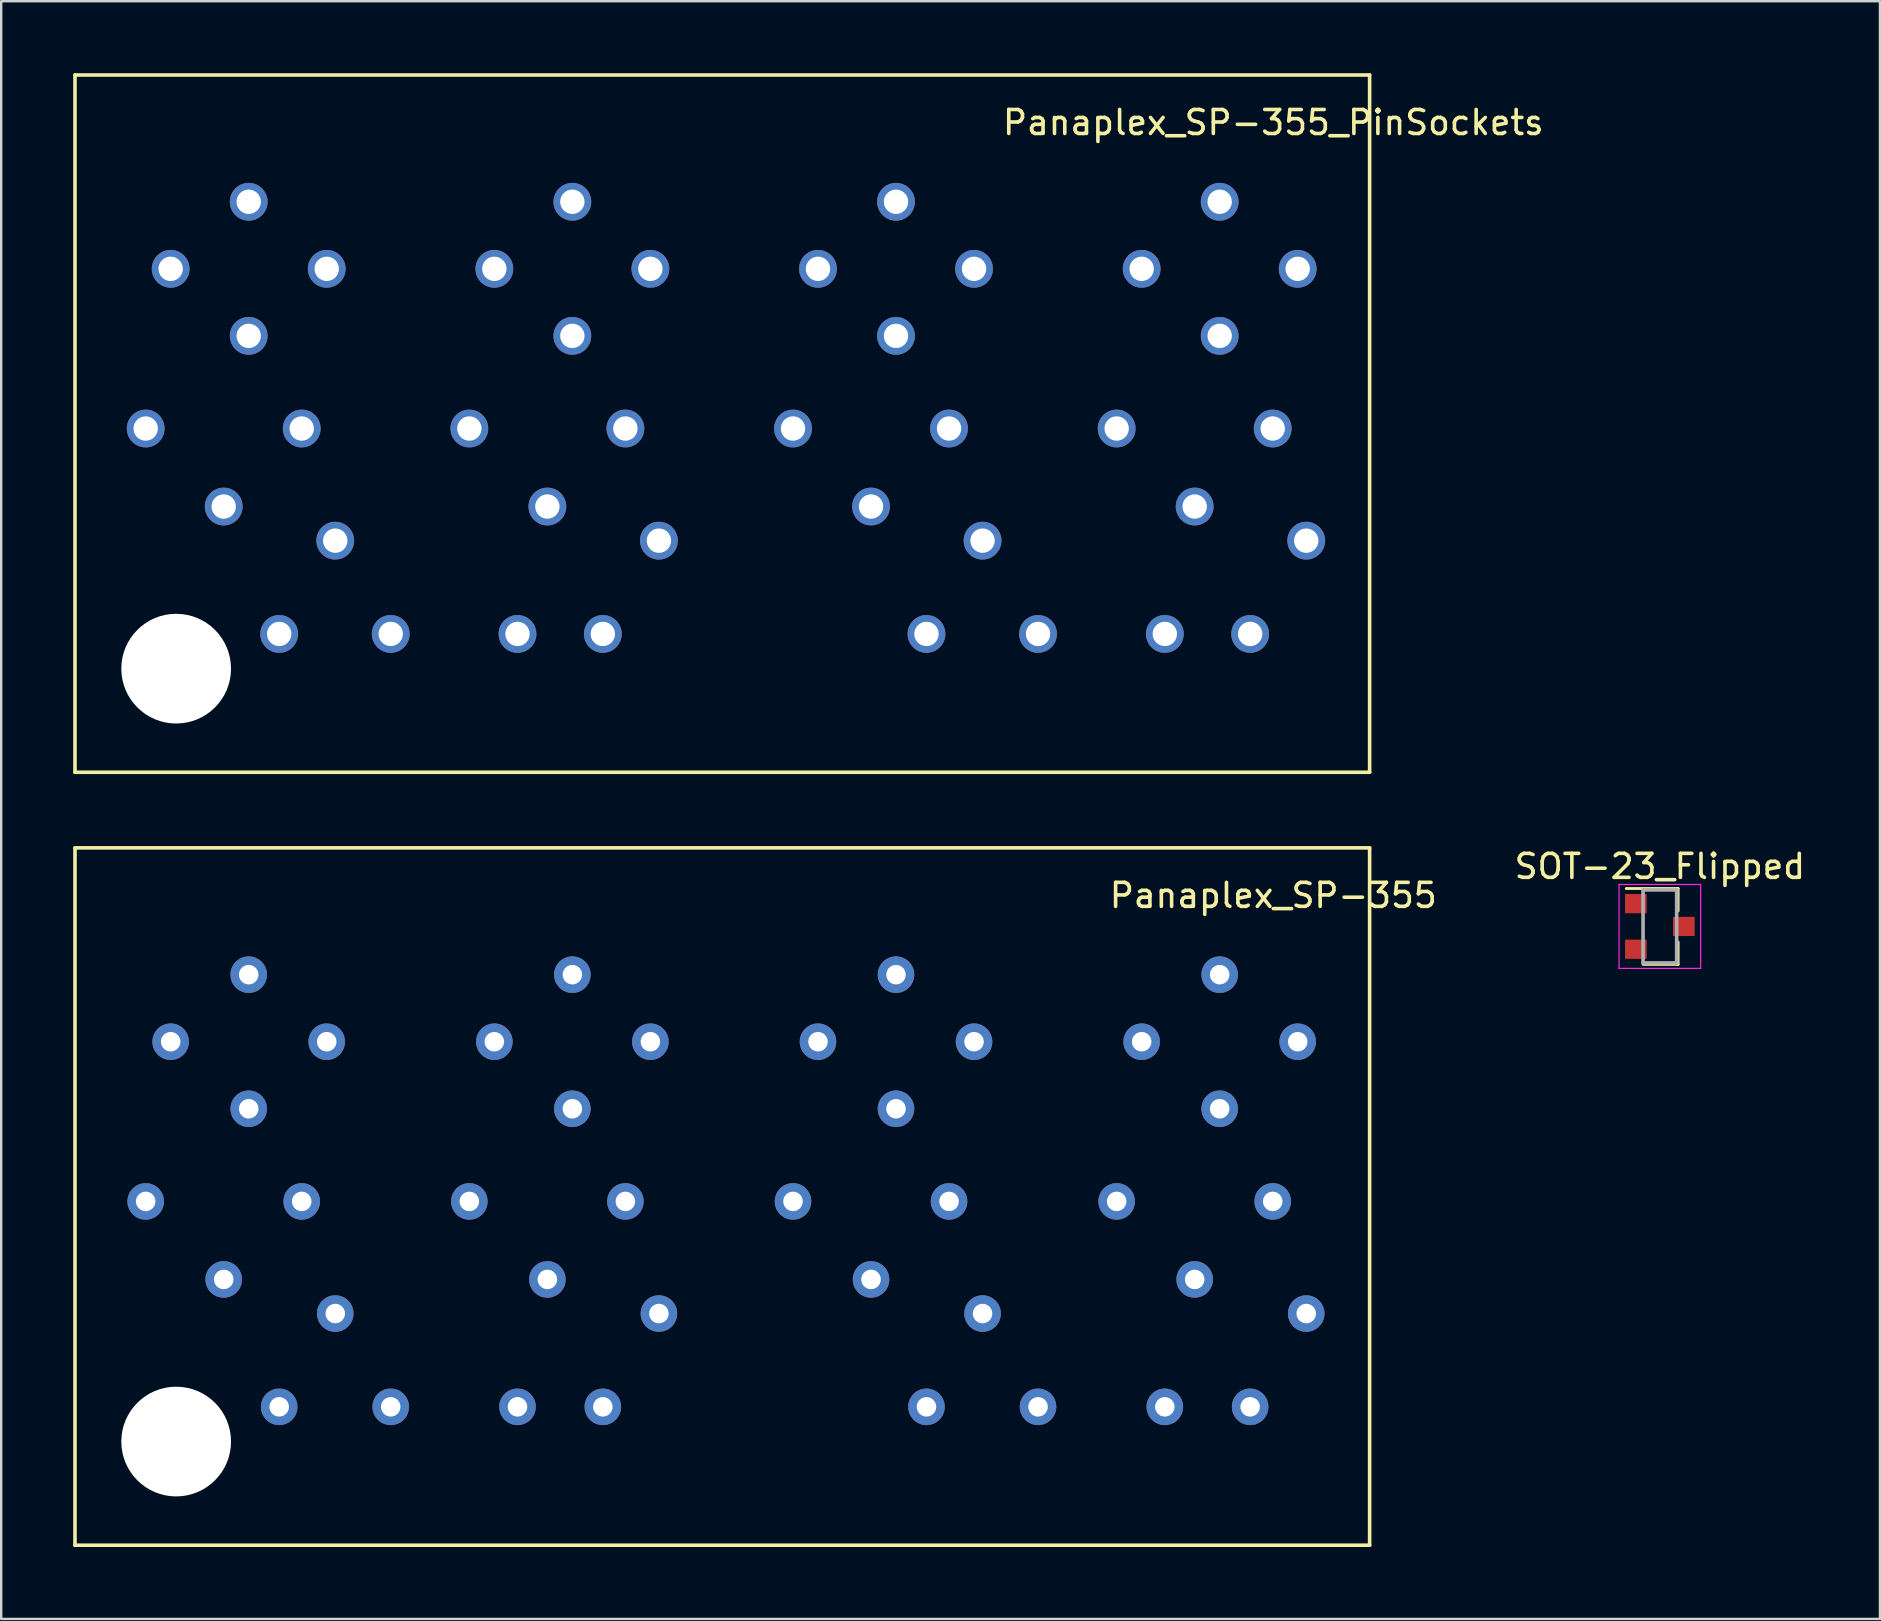
<source format=kicad_pcb>
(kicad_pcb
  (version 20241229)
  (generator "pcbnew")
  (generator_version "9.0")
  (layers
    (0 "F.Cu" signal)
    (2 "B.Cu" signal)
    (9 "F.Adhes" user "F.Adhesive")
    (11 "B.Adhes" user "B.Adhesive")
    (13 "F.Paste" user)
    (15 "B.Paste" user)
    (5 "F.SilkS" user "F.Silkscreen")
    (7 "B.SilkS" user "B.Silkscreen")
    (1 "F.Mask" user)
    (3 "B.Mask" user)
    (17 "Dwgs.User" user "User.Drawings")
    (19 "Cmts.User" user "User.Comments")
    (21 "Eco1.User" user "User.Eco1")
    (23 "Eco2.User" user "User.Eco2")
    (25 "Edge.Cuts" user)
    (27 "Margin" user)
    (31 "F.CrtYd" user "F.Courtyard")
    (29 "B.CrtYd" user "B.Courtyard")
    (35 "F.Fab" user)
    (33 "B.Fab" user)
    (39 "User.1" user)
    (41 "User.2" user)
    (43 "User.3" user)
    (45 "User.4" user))
  (footprint "Panaplex_SP-355_PinSockets"
    (layer "F.Cu")
    (at 20.801 10.946)
    (property "Reference" "Panaplex_SP-355_PinSockets" (at 29.21 -8.89 0) (layer "F.SilkS") (effects (font (size 1 1) (thickness 0.15))))
    (attr through_hole)
    (fp_line (start -20.726 -10.871) (end -20.726 18.186) (stroke (width 0.15) (type solid)) (layer "F.SilkS"))
    (fp_line (start -20.726 -10.871) (end 33.223 -10.871) (stroke (width 0.15) (type solid)) (layer "F.SilkS"))
    (fp_line (start -20.726 18.186) (end 33.223 18.186) (stroke (width 0.15) (type solid)) (layer "F.SilkS"))
    (fp_line (start 33.223 -10.871) (end 33.223 18.186) (stroke (width 0.15) (type solid)) (layer "F.SilkS"))
    (pad "" np_thru_hole circle (at -16.51 13.868) (size 4.572 4.572) (drill 4.572) (layers "*.Cu" "*.Mask"))
    (pad "A1" thru_hole circle (at 26.975 -5.588) (size 1.575 1.575) (drill 1.016) (layers "*.Cu" "*.Mask"))
    (pad "A2" thru_hole circle (at 30.226 -2.794) (size 1.575 1.575) (drill 1.016) (layers "*.Cu" "*.Mask"))
    (pad "A3" thru_hole circle (at 29.185 3.861) (size 1.575 1.575) (drill 1.016) (layers "*.Cu" "*.Mask"))
    (pad "A4" thru_hole circle (at 25.933 7.112) (size 1.575 1.575) (drill 1.016) (layers "*.Cu" "*.Mask"))
    (pad "A5" thru_hole circle (at 22.682 3.861) (size 1.575 1.575) (drill 1.016) (layers "*.Cu" "*.Mask"))
    (pad "A6" thru_hole circle (at 23.724 -2.794) (size 1.575 1.575) (drill 1.016) (layers "*.Cu" "*.Mask"))
    (pad "A7" thru_hole circle (at 26.975 0) (size 1.575 1.575) (drill 1.016) (layers "*.Cu" "*.Mask"))
    (pad "A8" thru_hole circle (at 30.582 8.534) (size 1.575 1.575) (drill 1.016) (layers "*.Cu" "*.Mask"))
    (pad "A9" thru_hole circle (at 28.245 12.421) (size 1.575 1.575) (drill 1.016) (layers "*.Cu" "*.Mask"))
    (pad "A10" thru_hole circle (at 24.689 12.421) (size 1.575 1.575) (drill 1.016) (layers "*.Cu" "*.Mask"))
    (pad "B1" thru_hole circle (at 13.487 -5.588) (size 1.575 1.575) (drill 1.016) (layers "*.Cu" "*.Mask"))
    (pad "B2" thru_hole circle (at 16.739 -2.794) (size 1.575 1.575) (drill 1.016) (layers "*.Cu" "*.Mask"))
    (pad "B3" thru_hole circle (at 15.697 3.861) (size 1.575 1.575) (drill 1.016) (layers "*.Cu" "*.Mask"))
    (pad "B4" thru_hole circle (at 12.446 7.112) (size 1.575 1.575) (drill 1.016) (layers "*.Cu" "*.Mask"))
    (pad "B5" thru_hole circle (at 9.195 3.861) (size 1.575 1.575) (drill 1.016) (layers "*.Cu" "*.Mask"))
    (pad "B6" thru_hole circle (at 10.236 -2.794) (size 1.575 1.575) (drill 1.016) (layers "*.Cu" "*.Mask"))
    (pad "B7" thru_hole circle (at 13.487 0) (size 1.575 1.575) (drill 1.016) (layers "*.Cu" "*.Mask"))
    (pad "B8" thru_hole circle (at 17.094 8.534) (size 1.575 1.575) (drill 1.016) (layers "*.Cu" "*.Mask"))
    (pad "B9" thru_hole circle (at 14.757 12.421) (size 1.575 1.575) (drill 1.016) (layers "*.Cu" "*.Mask"))
    (pad "B10" thru_hole circle (at 19.406 12.421) (size 1.575 1.575) (drill 1.016) (layers "*.Cu" "*.Mask"))
    (pad "C1" thru_hole circle (at 0 -5.588) (size 1.575 1.575) (drill 1.016) (layers "*.Cu" "*.Mask"))
    (pad "C2" thru_hole circle (at 3.251 -2.794) (size 1.575 1.575) (drill 1.016) (layers "*.Cu" "*.Mask"))
    (pad "C3" thru_hole circle (at 2.21 3.861) (size 1.575 1.575) (drill 1.016) (layers "*.Cu" "*.Mask"))
    (pad "C4" thru_hole circle (at -1.041 7.112) (size 1.575 1.575) (drill 1.016) (layers "*.Cu" "*.Mask"))
    (pad "C5" thru_hole circle (at -4.293 3.861) (size 1.575 1.575) (drill 1.016) (layers "*.Cu" "*.Mask"))
    (pad "C6" thru_hole circle (at -3.251 -2.794) (size 1.575 1.575) (drill 1.016) (layers "*.Cu" "*.Mask"))
    (pad "C7" thru_hole circle (at 0 0) (size 1.575 1.575) (drill 1.016) (layers "*.Cu" "*.Mask"))
    (pad "C8" thru_hole circle (at 3.607 8.534) (size 1.575 1.575) (drill 1.016) (layers "*.Cu" "*.Mask"))
    (pad "C9" thru_hole circle (at 1.27 12.421) (size 1.575 1.575) (drill 1.016) (layers "*.Cu" "*.Mask"))
    (pad "C10" thru_hole circle (at -2.286 12.421) (size 1.575 1.575) (drill 1.016) (layers "*.Cu" "*.Mask"))
    (pad "D1" thru_hole circle (at -13.487 -5.588) (size 1.575 1.575) (drill 1.016) (layers "*.Cu" "*.Mask"))
    (pad "D2" thru_hole circle (at -10.236 -2.794) (size 1.575 1.575) (drill 1.016) (layers "*.Cu" "*.Mask"))
    (pad "D3" thru_hole circle (at -11.278 3.861) (size 1.575 1.575) (drill 1.016) (layers "*.Cu" "*.Mask"))
    (pad "D4" thru_hole circle (at -14.529 7.112) (size 1.575 1.575) (drill 1.016) (layers "*.Cu" "*.Mask"))
    (pad "D5" thru_hole circle (at -17.78 3.861) (size 1.575 1.575) (drill 1.016) (layers "*.Cu" "*.Mask"))
    (pad "D6" thru_hole circle (at -16.739 -2.794) (size 1.575 1.575) (drill 1.016) (layers "*.Cu" "*.Mask"))
    (pad "D7" thru_hole circle (at -13.487 0) (size 1.575 1.575) (drill 1.016) (layers "*.Cu" "*.Mask"))
    (pad "D8" thru_hole circle (at -9.881 8.534) (size 1.575 1.575) (drill 1.016) (layers "*.Cu" "*.Mask"))
    (pad "D9" thru_hole circle (at -12.217 12.421) (size 1.575 1.575) (drill 1.016) (layers "*.Cu" "*.Mask"))
    (pad "D10" thru_hole circle (at -7.569 12.421) (size 1.575 1.575) (drill 1.016) (layers "*.Cu" "*.Mask")))
  (footprint "Panaplex_SP-355"
    (layer "F.Cu")
    (at 20.801 43.154)
    (property "Reference" "Panaplex_SP-355" (at 29.21 -8.89 0) (layer "F.SilkS") (effects (font (size 1 1) (thickness 0.15))))
    (attr through_hole)
    (fp_line (start -20.726 -10.871) (end -20.726 18.186) (stroke (width 0.15) (type solid)) (layer "F.SilkS"))
    (fp_line (start -20.726 -10.871) (end 33.223 -10.871) (stroke (width 0.15) (type solid)) (layer "F.SilkS"))
    (fp_line (start -20.726 18.186) (end 33.223 18.186) (stroke (width 0.15) (type solid)) (layer "F.SilkS"))
    (fp_line (start 33.223 -10.871) (end 33.223 18.186) (stroke (width 0.15) (type solid)) (layer "F.SilkS"))
    (pad "" np_thru_hole circle (at -16.51 13.868) (size 4.572 4.572) (drill 4.572) (layers "*.Cu" "*.Mask"))
    (pad "A1" thru_hole circle (at 26.975 -5.588) (size 1.524 1.524) (drill 0.813) (layers "*.Cu" "*.Mask"))
    (pad "A2" thru_hole circle (at 30.226 -2.794) (size 1.524 1.524) (drill 0.813) (layers "*.Cu" "*.Mask"))
    (pad "A3" thru_hole circle (at 29.185 3.861) (size 1.524 1.524) (drill 0.813) (layers "*.Cu" "*.Mask"))
    (pad "A4" thru_hole circle (at 25.933 7.112) (size 1.524 1.524) (drill 0.813) (layers "*.Cu" "*.Mask"))
    (pad "A5" thru_hole circle (at 22.682 3.861) (size 1.524 1.524) (drill 0.813) (layers "*.Cu" "*.Mask"))
    (pad "A6" thru_hole circle (at 23.724 -2.794) (size 1.524 1.524) (drill 0.813) (layers "*.Cu" "*.Mask"))
    (pad "A7" thru_hole circle (at 26.975 0) (size 1.524 1.524) (drill 0.813) (layers "*.Cu" "*.Mask"))
    (pad "A8" thru_hole circle (at 30.582 8.534) (size 1.524 1.524) (drill 0.813) (layers "*.Cu" "*.Mask"))
    (pad "A9" thru_hole circle (at 28.245 12.421) (size 1.524 1.524) (drill 0.813) (layers "*.Cu" "*.Mask"))
    (pad "A10" thru_hole circle (at 24.689 12.421) (size 1.524 1.524) (drill 0.813) (layers "*.Cu" "*.Mask"))
    (pad "B1" thru_hole circle (at 13.487 -5.588) (size 1.524 1.524) (drill 0.813) (layers "*.Cu" "*.Mask"))
    (pad "B2" thru_hole circle (at 16.739 -2.794) (size 1.524 1.524) (drill 0.813) (layers "*.Cu" "*.Mask"))
    (pad "B3" thru_hole circle (at 15.697 3.861) (size 1.524 1.524) (drill 0.813) (layers "*.Cu" "*.Mask"))
    (pad "B4" thru_hole circle (at 12.446 7.112) (size 1.524 1.524) (drill 0.813) (layers "*.Cu" "*.Mask"))
    (pad "B5" thru_hole circle (at 9.195 3.861) (size 1.524 1.524) (drill 0.813) (layers "*.Cu" "*.Mask"))
    (pad "B6" thru_hole circle (at 10.236 -2.794) (size 1.524 1.524) (drill 0.813) (layers "*.Cu" "*.Mask"))
    (pad "B7" thru_hole circle (at 13.487 0) (size 1.524 1.524) (drill 0.813) (layers "*.Cu" "*.Mask"))
    (pad "B8" thru_hole circle (at 17.094 8.534) (size 1.524 1.524) (drill 0.813) (layers "*.Cu" "*.Mask"))
    (pad "B9" thru_hole circle (at 14.757 12.421) (size 1.524 1.524) (drill 0.813) (layers "*.Cu" "*.Mask"))
    (pad "B10" thru_hole circle (at 19.406 12.421) (size 1.524 1.524) (drill 0.813) (layers "*.Cu" "*.Mask"))
    (pad "C1" thru_hole circle (at 0 -5.588) (size 1.524 1.524) (drill 0.813) (layers "*.Cu" "*.Mask"))
    (pad "C2" thru_hole circle (at 3.251 -2.794) (size 1.524 1.524) (drill 0.813) (layers "*.Cu" "*.Mask"))
    (pad "C3" thru_hole circle (at 2.21 3.861) (size 1.524 1.524) (drill 0.813) (layers "*.Cu" "*.Mask"))
    (pad "C4" thru_hole circle (at -1.041 7.112) (size 1.524 1.524) (drill 0.813) (layers "*.Cu" "*.Mask"))
    (pad "C5" thru_hole circle (at -4.293 3.861) (size 1.524 1.524) (drill 0.813) (layers "*.Cu" "*.Mask"))
    (pad "C6" thru_hole circle (at -3.251 -2.794) (size 1.524 1.524) (drill 0.813) (layers "*.Cu" "*.Mask"))
    (pad "C7" thru_hole circle (at 0 0) (size 1.524 1.524) (drill 0.813) (layers "*.Cu" "*.Mask"))
    (pad "C8" thru_hole circle (at 3.607 8.534) (size 1.524 1.524) (drill 0.813) (layers "*.Cu" "*.Mask"))
    (pad "C9" thru_hole circle (at 1.27 12.421) (size 1.524 1.524) (drill 0.813) (layers "*.Cu" "*.Mask"))
    (pad "C10" thru_hole circle (at -2.286 12.421) (size 1.524 1.524) (drill 0.813) (layers "*.Cu" "*.Mask"))
    (pad "D1" thru_hole circle (at -13.487 -5.588) (size 1.524 1.524) (drill 0.813) (layers "*.Cu" "*.Mask"))
    (pad "D2" thru_hole circle (at -10.236 -2.794) (size 1.524 1.524) (drill 0.813) (layers "*.Cu" "*.Mask"))
    (pad "D3" thru_hole circle (at -11.278 3.861) (size 1.524 1.524) (drill 0.813) (layers "*.Cu" "*.Mask"))
    (pad "D4" thru_hole circle (at -14.529 7.112) (size 1.524 1.524) (drill 0.813) (layers "*.Cu" "*.Mask"))
    (pad "D5" thru_hole circle (at -17.78 3.861) (size 1.524 1.524) (drill 0.813) (layers "*.Cu" "*.Mask"))
    (pad "D6" thru_hole circle (at -16.739 -2.794) (size 1.524 1.524) (drill 0.813) (layers "*.Cu" "*.Mask"))
    (pad "D7" thru_hole circle (at -13.487 0) (size 1.524 1.524) (drill 0.813) (layers "*.Cu" "*.Mask"))
    (pad "D8" thru_hole circle (at -9.881 8.534) (size 1.524 1.524) (drill 0.813) (layers "*.Cu" "*.Mask"))
    (pad "D9" thru_hole circle (at -12.217 12.421) (size 1.524 1.524) (drill 0.813) (layers "*.Cu" "*.Mask"))
    (pad "D10" thru_hole circle (at -7.569 12.421) (size 1.524 1.524) (drill 0.813) (layers "*.Cu" "*.Mask")))
  (footprint "SOT-23_Flipped"
    (layer "F.Cu")
    (at 66.119 35.556)
    (property "Reference" "SOT-23_Flipped" (at 0 -2.5 0) (layer "F.SilkS") (effects (font (size 1 1) (thickness 0.15))))
    (attr smd)
    (fp_line (start 0.76 -1.58) (end -1.4 -1.58) (stroke (width 0.12) (type solid)) (layer "F.SilkS"))
    (fp_line (start 0.76 -1.58) (end 0.76 -0.65) (stroke (width 0.12) (type solid)) (layer "F.SilkS"))
    (fp_line (start 0.76 1.58) (end -0.7 1.58) (stroke (width 0.12) (type solid)) (layer "F.SilkS"))
    (fp_line (start 0.76 1.58) (end 0.76 0.65) (stroke (width 0.12) (type solid)) (layer "F.SilkS"))
    (fp_line (start -1.7 -1.75) (end 1.7 -1.75) (stroke (width 0.05) (type solid)) (layer "F.CrtYd"))
    (fp_line (start -1.7 1.75) (end -1.7 -1.75) (stroke (width 0.05) (type solid)) (layer "F.CrtYd"))
    (fp_line (start 1.7 -1.75) (end 1.7 1.75) (stroke (width 0.05) (type solid)) (layer "F.CrtYd"))
    (fp_line (start 1.7 1.75) (end -1.7 1.75) (stroke (width 0.05) (type solid)) (layer "F.CrtYd"))
    (fp_line (start -0.7 -1.52) (end -0.7 1.52) (stroke (width 0.15) (type solid)) (layer "F.Fab"))
    (fp_line (start -0.7 -1.52) (end 0.7 -1.52) (stroke (width 0.15) (type solid)) (layer "F.Fab"))
    (fp_line (start -0.7 1.52) (end 0.7 1.52) (stroke (width 0.15) (type solid)) (layer "F.Fab"))
    (fp_line (start 0.7 -1.52) (end 0.7 1.52) (stroke (width 0.15) (type solid)) (layer "F.Fab"))
    (pad "1" smd rect (at -1 0.95) (size 0.9 0.8) (layers "F.Cu" "F.Mask" "F.Paste"))
    (pad "2" smd rect (at -1 -0.95) (size 0.9 0.8) (layers "F.Cu" "F.Mask" "F.Paste"))
    (pad "3" smd rect (at 1 0) (size 0.9 0.8) (layers "F.Cu" "F.Mask" "F.Paste")))
  (gr_rect
    (start -3 -3)
    (end 75.291 64.415)
    (stroke (width 0.1) (type default))
    (fill no)
    (layer "Edge.Cuts")))
</source>
